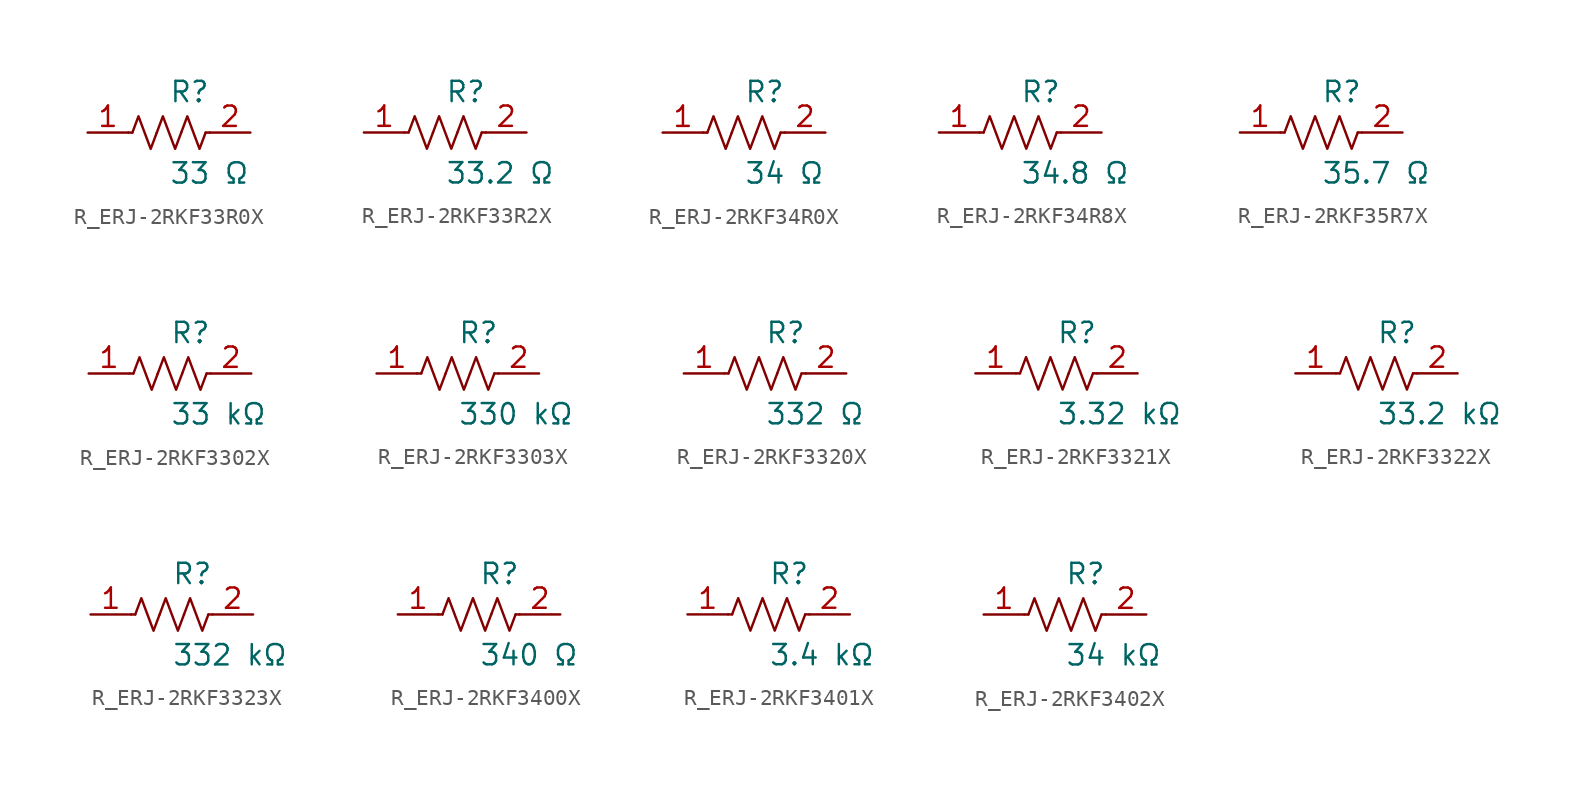
<source format=kicad_sym>
(kicad_symbol_lib
  (version 20231120)
  (generator kicad_symbol_editor)
  (generator_version 8.0)
  (symbol "R_ERJ-2RKF33R0X"
    (pin_names
      (offset 0.254))
    (property "Reference" "R"
      (at 0 2.54 0)
      (effects (font (size 1.27 1.27)) (justify left)))
    (property "Value" "33 Ω"
      (at 0 -2.54 0)
      (effects (font (size 1.27 1.27)) (justify left)))
    (symbol "R_ERJ-2RKF33R0X_0_1"
      (polyline (pts (xy 2.286 0) (xy 2.54 0)) (stroke (width 0) (type default)) (fill (type none)))
      (polyline (pts (xy -2.286 0) (xy -2.54 0)) (stroke (width 0) (type default)) (fill (type none)))
      (polyline (pts (xy 0.762 0) (xy 1.143 1.016) (xy 1.524 0) (xy 1.905 -1.016) (xy 2.286 0)) (stroke (width 0) (type default)) (fill (type none)))
      (polyline (pts (xy -0.762 0) (xy -0.381 1.016) (xy 0 0) (xy 0.381 -1.016) (xy 0.762 0)) (stroke (width 0) (type default)) (fill (type none)))
      (polyline (pts (xy -2.286 0) (xy -1.905 1.016) (xy -1.524 0) (xy -1.143 -1.016) (xy -0.762 0)) (stroke (width 0) (type default)) (fill (type none))))
    (pin passive line
      (at -5.08 0 0)
      (length 2.54)
      (name "" (effects (font (size 1.27 1.27))))
      (number "1" (effects (font (size 1.27 1.27)))))
    (pin passive line
      (at 5.08 0 180)
      (length 2.54)
      (name "" (effects (font (size 1.27 1.27))))
      (number "2" (effects (font (size 1.27 1.27))))))
  (symbol "R_ERJ-2RKF33R2X"
    (pin_names
      (offset 0.254))
    (property "Reference" "R"
      (at 0 2.54 0)
      (effects (font (size 1.27 1.27)) (justify left)))
    (property "Value" "33.2 Ω"
      (at 0 -2.54 0)
      (effects (font (size 1.27 1.27)) (justify left)))
    (symbol "R_ERJ-2RKF33R2X_0_1"
      (polyline (pts (xy 2.286 0) (xy 2.54 0)) (stroke (width 0) (type default)) (fill (type none)))
      (polyline (pts (xy -2.286 0) (xy -2.54 0)) (stroke (width 0) (type default)) (fill (type none)))
      (polyline (pts (xy 0.762 0) (xy 1.143 1.016) (xy 1.524 0) (xy 1.905 -1.016) (xy 2.286 0)) (stroke (width 0) (type default)) (fill (type none)))
      (polyline (pts (xy -0.762 0) (xy -0.381 1.016) (xy 0 0) (xy 0.381 -1.016) (xy 0.762 0)) (stroke (width 0) (type default)) (fill (type none)))
      (polyline (pts (xy -2.286 0) (xy -1.905 1.016) (xy -1.524 0) (xy -1.143 -1.016) (xy -0.762 0)) (stroke (width 0) (type default)) (fill (type none))))
    (pin passive line
      (at -5.08 0 0)
      (length 2.54)
      (name "" (effects (font (size 1.27 1.27))))
      (number "1" (effects (font (size 1.27 1.27)))))
    (pin passive line
      (at 5.08 0 180)
      (length 2.54)
      (name "" (effects (font (size 1.27 1.27))))
      (number "2" (effects (font (size 1.27 1.27))))))
  (symbol "R_ERJ-2RKF34R0X"
    (pin_names
      (offset 0.254))
    (property "Reference" "R"
      (at 0 2.54 0)
      (effects (font (size 1.27 1.27)) (justify left)))
    (property "Value" "34 Ω"
      (at 0 -2.54 0)
      (effects (font (size 1.27 1.27)) (justify left)))
    (symbol "R_ERJ-2RKF34R0X_0_1"
      (polyline (pts (xy 2.286 0) (xy 2.54 0)) (stroke (width 0) (type default)) (fill (type none)))
      (polyline (pts (xy -2.286 0) (xy -2.54 0)) (stroke (width 0) (type default)) (fill (type none)))
      (polyline (pts (xy 0.762 0) (xy 1.143 1.016) (xy 1.524 0) (xy 1.905 -1.016) (xy 2.286 0)) (stroke (width 0) (type default)) (fill (type none)))
      (polyline (pts (xy -0.762 0) (xy -0.381 1.016) (xy 0 0) (xy 0.381 -1.016) (xy 0.762 0)) (stroke (width 0) (type default)) (fill (type none)))
      (polyline (pts (xy -2.286 0) (xy -1.905 1.016) (xy -1.524 0) (xy -1.143 -1.016) (xy -0.762 0)) (stroke (width 0) (type default)) (fill (type none))))
    (pin passive line
      (at -5.08 0 0)
      (length 2.54)
      (name "" (effects (font (size 1.27 1.27))))
      (number "1" (effects (font (size 1.27 1.27)))))
    (pin passive line
      (at 5.08 0 180)
      (length 2.54)
      (name "" (effects (font (size 1.27 1.27))))
      (number "2" (effects (font (size 1.27 1.27))))))
  (symbol "R_ERJ-2RKF34R8X"
    (pin_names
      (offset 0.254))
    (property "Reference" "R"
      (at 0 2.54 0)
      (effects (font (size 1.27 1.27)) (justify left)))
    (property "Value" "34.8 Ω"
      (at 0 -2.54 0)
      (effects (font (size 1.27 1.27)) (justify left)))
    (symbol "R_ERJ-2RKF34R8X_0_1"
      (polyline (pts (xy 2.286 0) (xy 2.54 0)) (stroke (width 0) (type default)) (fill (type none)))
      (polyline (pts (xy -2.286 0) (xy -2.54 0)) (stroke (width 0) (type default)) (fill (type none)))
      (polyline (pts (xy 0.762 0) (xy 1.143 1.016) (xy 1.524 0) (xy 1.905 -1.016) (xy 2.286 0)) (stroke (width 0) (type default)) (fill (type none)))
      (polyline (pts (xy -0.762 0) (xy -0.381 1.016) (xy 0 0) (xy 0.381 -1.016) (xy 0.762 0)) (stroke (width 0) (type default)) (fill (type none)))
      (polyline (pts (xy -2.286 0) (xy -1.905 1.016) (xy -1.524 0) (xy -1.143 -1.016) (xy -0.762 0)) (stroke (width 0) (type default)) (fill (type none))))
    (pin passive line
      (at -5.08 0 0)
      (length 2.54)
      (name "" (effects (font (size 1.27 1.27))))
      (number "1" (effects (font (size 1.27 1.27)))))
    (pin passive line
      (at 5.08 0 180)
      (length 2.54)
      (name "" (effects (font (size 1.27 1.27))))
      (number "2" (effects (font (size 1.27 1.27))))))
  (symbol "R_ERJ-2RKF35R7X"
    (pin_names
      (offset 0.254))
    (property "Reference" "R"
      (at 0 2.54 0)
      (effects (font (size 1.27 1.27)) (justify left)))
    (property "Value" "35.7 Ω"
      (at 0 -2.54 0)
      (effects (font (size 1.27 1.27)) (justify left)))
    (symbol "R_ERJ-2RKF35R7X_0_1"
      (polyline (pts (xy 2.286 0) (xy 2.54 0)) (stroke (width 0) (type default)) (fill (type none)))
      (polyline (pts (xy -2.286 0) (xy -2.54 0)) (stroke (width 0) (type default)) (fill (type none)))
      (polyline (pts (xy 0.762 0) (xy 1.143 1.016) (xy 1.524 0) (xy 1.905 -1.016) (xy 2.286 0)) (stroke (width 0) (type default)) (fill (type none)))
      (polyline (pts (xy -0.762 0) (xy -0.381 1.016) (xy 0 0) (xy 0.381 -1.016) (xy 0.762 0)) (stroke (width 0) (type default)) (fill (type none)))
      (polyline (pts (xy -2.286 0) (xy -1.905 1.016) (xy -1.524 0) (xy -1.143 -1.016) (xy -0.762 0)) (stroke (width 0) (type default)) (fill (type none))))
    (pin passive line
      (at -5.08 0 0)
      (length 2.54)
      (name "" (effects (font (size 1.27 1.27))))
      (number "1" (effects (font (size 1.27 1.27)))))
    (pin passive line
      (at 5.08 0 180)
      (length 2.54)
      (name "" (effects (font (size 1.27 1.27))))
      (number "2" (effects (font (size 1.27 1.27))))))
  (symbol "R_ERJ-2RKF3302X"
    (pin_names
      (offset 0.254))
    (property "Reference" "R"
      (at 0 2.54 0)
      (effects (font (size 1.27 1.27)) (justify left)))
    (property "Value" "33 kΩ"
      (at 0 -2.54 0)
      (effects (font (size 1.27 1.27)) (justify left)))
    (symbol "R_ERJ-2RKF3302X_0_1"
      (polyline (pts (xy 2.286 0) (xy 2.54 0)) (stroke (width 0) (type default)) (fill (type none)))
      (polyline (pts (xy -2.286 0) (xy -2.54 0)) (stroke (width 0) (type default)) (fill (type none)))
      (polyline (pts (xy 0.762 0) (xy 1.143 1.016) (xy 1.524 0) (xy 1.905 -1.016) (xy 2.286 0)) (stroke (width 0) (type default)) (fill (type none)))
      (polyline (pts (xy -0.762 0) (xy -0.381 1.016) (xy 0 0) (xy 0.381 -1.016) (xy 0.762 0)) (stroke (width 0) (type default)) (fill (type none)))
      (polyline (pts (xy -2.286 0) (xy -1.905 1.016) (xy -1.524 0) (xy -1.143 -1.016) (xy -0.762 0)) (stroke (width 0) (type default)) (fill (type none))))
    (pin passive line
      (at -5.08 0 0)
      (length 2.54)
      (name "" (effects (font (size 1.27 1.27))))
      (number "1" (effects (font (size 1.27 1.27)))))
    (pin passive line
      (at 5.08 0 180)
      (length 2.54)
      (name "" (effects (font (size 1.27 1.27))))
      (number "2" (effects (font (size 1.27 1.27))))))
  (symbol "R_ERJ-2RKF3303X"
    (pin_names
      (offset 0.254))
    (property "Reference" "R"
      (at 0 2.54 0)
      (effects (font (size 1.27 1.27)) (justify left)))
    (property "Value" "330 kΩ"
      (at 0 -2.54 0)
      (effects (font (size 1.27 1.27)) (justify left)))
    (symbol "R_ERJ-2RKF3303X_0_1"
      (polyline (pts (xy 2.286 0) (xy 2.54 0)) (stroke (width 0) (type default)) (fill (type none)))
      (polyline (pts (xy -2.286 0) (xy -2.54 0)) (stroke (width 0) (type default)) (fill (type none)))
      (polyline (pts (xy 0.762 0) (xy 1.143 1.016) (xy 1.524 0) (xy 1.905 -1.016) (xy 2.286 0)) (stroke (width 0) (type default)) (fill (type none)))
      (polyline (pts (xy -0.762 0) (xy -0.381 1.016) (xy 0 0) (xy 0.381 -1.016) (xy 0.762 0)) (stroke (width 0) (type default)) (fill (type none)))
      (polyline (pts (xy -2.286 0) (xy -1.905 1.016) (xy -1.524 0) (xy -1.143 -1.016) (xy -0.762 0)) (stroke (width 0) (type default)) (fill (type none))))
    (pin passive line
      (at -5.08 0 0)
      (length 2.54)
      (name "" (effects (font (size 1.27 1.27))))
      (number "1" (effects (font (size 1.27 1.27)))))
    (pin passive line
      (at 5.08 0 180)
      (length 2.54)
      (name "" (effects (font (size 1.27 1.27))))
      (number "2" (effects (font (size 1.27 1.27))))))
  (symbol "R_ERJ-2RKF3320X"
    (pin_names
      (offset 0.254))
    (property "Reference" "R"
      (at 0 2.54 0)
      (effects (font (size 1.27 1.27)) (justify left)))
    (property "Value" "332 Ω"
      (at 0 -2.54 0)
      (effects (font (size 1.27 1.27)) (justify left)))
    (symbol "R_ERJ-2RKF3320X_0_1"
      (polyline (pts (xy 2.286 0) (xy 2.54 0)) (stroke (width 0) (type default)) (fill (type none)))
      (polyline (pts (xy -2.286 0) (xy -2.54 0)) (stroke (width 0) (type default)) (fill (type none)))
      (polyline (pts (xy 0.762 0) (xy 1.143 1.016) (xy 1.524 0) (xy 1.905 -1.016) (xy 2.286 0)) (stroke (width 0) (type default)) (fill (type none)))
      (polyline (pts (xy -0.762 0) (xy -0.381 1.016) (xy 0 0) (xy 0.381 -1.016) (xy 0.762 0)) (stroke (width 0) (type default)) (fill (type none)))
      (polyline (pts (xy -2.286 0) (xy -1.905 1.016) (xy -1.524 0) (xy -1.143 -1.016) (xy -0.762 0)) (stroke (width 0) (type default)) (fill (type none))))
    (pin passive line
      (at -5.08 0 0)
      (length 2.54)
      (name "" (effects (font (size 1.27 1.27))))
      (number "1" (effects (font (size 1.27 1.27)))))
    (pin passive line
      (at 5.08 0 180)
      (length 2.54)
      (name "" (effects (font (size 1.27 1.27))))
      (number "2" (effects (font (size 1.27 1.27))))))
  (symbol "R_ERJ-2RKF3321X"
    (pin_names
      (offset 0.254))
    (property "Reference" "R"
      (at 0 2.54 0)
      (effects (font (size 1.27 1.27)) (justify left)))
    (property "Value" "3.32 kΩ"
      (at 0 -2.54 0)
      (effects (font (size 1.27 1.27)) (justify left)))
    (symbol "R_ERJ-2RKF3321X_0_1"
      (polyline (pts (xy 2.286 0) (xy 2.54 0)) (stroke (width 0) (type default)) (fill (type none)))
      (polyline (pts (xy -2.286 0) (xy -2.54 0)) (stroke (width 0) (type default)) (fill (type none)))
      (polyline (pts (xy 0.762 0) (xy 1.143 1.016) (xy 1.524 0) (xy 1.905 -1.016) (xy 2.286 0)) (stroke (width 0) (type default)) (fill (type none)))
      (polyline (pts (xy -0.762 0) (xy -0.381 1.016) (xy 0 0) (xy 0.381 -1.016) (xy 0.762 0)) (stroke (width 0) (type default)) (fill (type none)))
      (polyline (pts (xy -2.286 0) (xy -1.905 1.016) (xy -1.524 0) (xy -1.143 -1.016) (xy -0.762 0)) (stroke (width 0) (type default)) (fill (type none))))
    (pin passive line
      (at -5.08 0 0)
      (length 2.54)
      (name "" (effects (font (size 1.27 1.27))))
      (number "1" (effects (font (size 1.27 1.27)))))
    (pin passive line
      (at 5.08 0 180)
      (length 2.54)
      (name "" (effects (font (size 1.27 1.27))))
      (number "2" (effects (font (size 1.27 1.27))))))
  (symbol "R_ERJ-2RKF3322X"
    (pin_names
      (offset 0.254))
    (property "Reference" "R"
      (at 0 2.54 0)
      (effects (font (size 1.27 1.27)) (justify left)))
    (property "Value" "33.2 kΩ"
      (at 0 -2.54 0)
      (effects (font (size 1.27 1.27)) (justify left)))
    (symbol "R_ERJ-2RKF3322X_0_1"
      (polyline (pts (xy 2.286 0) (xy 2.54 0)) (stroke (width 0) (type default)) (fill (type none)))
      (polyline (pts (xy -2.286 0) (xy -2.54 0)) (stroke (width 0) (type default)) (fill (type none)))
      (polyline (pts (xy 0.762 0) (xy 1.143 1.016) (xy 1.524 0) (xy 1.905 -1.016) (xy 2.286 0)) (stroke (width 0) (type default)) (fill (type none)))
      (polyline (pts (xy -0.762 0) (xy -0.381 1.016) (xy 0 0) (xy 0.381 -1.016) (xy 0.762 0)) (stroke (width 0) (type default)) (fill (type none)))
      (polyline (pts (xy -2.286 0) (xy -1.905 1.016) (xy -1.524 0) (xy -1.143 -1.016) (xy -0.762 0)) (stroke (width 0) (type default)) (fill (type none))))
    (pin passive line
      (at -5.08 0 0)
      (length 2.54)
      (name "" (effects (font (size 1.27 1.27))))
      (number "1" (effects (font (size 1.27 1.27)))))
    (pin passive line
      (at 5.08 0 180)
      (length 2.54)
      (name "" (effects (font (size 1.27 1.27))))
      (number "2" (effects (font (size 1.27 1.27))))))
  (symbol "R_ERJ-2RKF3323X"
    (pin_names
      (offset 0.254))
    (property "Reference" "R"
      (at 0 2.54 0)
      (effects (font (size 1.27 1.27)) (justify left)))
    (property "Value" "332 kΩ"
      (at 0 -2.54 0)
      (effects (font (size 1.27 1.27)) (justify left)))
    (symbol "R_ERJ-2RKF3323X_0_1"
      (polyline (pts (xy 2.286 0) (xy 2.54 0)) (stroke (width 0) (type default)) (fill (type none)))
      (polyline (pts (xy -2.286 0) (xy -2.54 0)) (stroke (width 0) (type default)) (fill (type none)))
      (polyline (pts (xy 0.762 0) (xy 1.143 1.016) (xy 1.524 0) (xy 1.905 -1.016) (xy 2.286 0)) (stroke (width 0) (type default)) (fill (type none)))
      (polyline (pts (xy -0.762 0) (xy -0.381 1.016) (xy 0 0) (xy 0.381 -1.016) (xy 0.762 0)) (stroke (width 0) (type default)) (fill (type none)))
      (polyline (pts (xy -2.286 0) (xy -1.905 1.016) (xy -1.524 0) (xy -1.143 -1.016) (xy -0.762 0)) (stroke (width 0) (type default)) (fill (type none))))
    (pin passive line
      (at -5.08 0 0)
      (length 2.54)
      (name "" (effects (font (size 1.27 1.27))))
      (number "1" (effects (font (size 1.27 1.27)))))
    (pin passive line
      (at 5.08 0 180)
      (length 2.54)
      (name "" (effects (font (size 1.27 1.27))))
      (number "2" (effects (font (size 1.27 1.27))))))
  (symbol "R_ERJ-2RKF3400X"
    (pin_names
      (offset 0.254))
    (property "Reference" "R"
      (at 0 2.54 0)
      (effects (font (size 1.27 1.27)) (justify left)))
    (property "Value" "340 Ω"
      (at 0 -2.54 0)
      (effects (font (size 1.27 1.27)) (justify left)))
    (symbol "R_ERJ-2RKF3400X_0_1"
      (polyline (pts (xy 2.286 0) (xy 2.54 0)) (stroke (width 0) (type default)) (fill (type none)))
      (polyline (pts (xy -2.286 0) (xy -2.54 0)) (stroke (width 0) (type default)) (fill (type none)))
      (polyline (pts (xy 0.762 0) (xy 1.143 1.016) (xy 1.524 0) (xy 1.905 -1.016) (xy 2.286 0)) (stroke (width 0) (type default)) (fill (type none)))
      (polyline (pts (xy -0.762 0) (xy -0.381 1.016) (xy 0 0) (xy 0.381 -1.016) (xy 0.762 0)) (stroke (width 0) (type default)) (fill (type none)))
      (polyline (pts (xy -2.286 0) (xy -1.905 1.016) (xy -1.524 0) (xy -1.143 -1.016) (xy -0.762 0)) (stroke (width 0) (type default)) (fill (type none))))
    (pin passive line
      (at -5.08 0 0)
      (length 2.54)
      (name "" (effects (font (size 1.27 1.27))))
      (number "1" (effects (font (size 1.27 1.27)))))
    (pin passive line
      (at 5.08 0 180)
      (length 2.54)
      (name "" (effects (font (size 1.27 1.27))))
      (number "2" (effects (font (size 1.27 1.27))))))
  (symbol "R_ERJ-2RKF3401X"
    (pin_names
      (offset 0.254))
    (property "Reference" "R"
      (at 0 2.54 0)
      (effects (font (size 1.27 1.27)) (justify left)))
    (property "Value" "3.4 kΩ"
      (at 0 -2.54 0)
      (effects (font (size 1.27 1.27)) (justify left)))
    (symbol "R_ERJ-2RKF3401X_0_1"
      (polyline (pts (xy 2.286 0) (xy 2.54 0)) (stroke (width 0) (type default)) (fill (type none)))
      (polyline (pts (xy -2.286 0) (xy -2.54 0)) (stroke (width 0) (type default)) (fill (type none)))
      (polyline (pts (xy 0.762 0) (xy 1.143 1.016) (xy 1.524 0) (xy 1.905 -1.016) (xy 2.286 0)) (stroke (width 0) (type default)) (fill (type none)))
      (polyline (pts (xy -0.762 0) (xy -0.381 1.016) (xy 0 0) (xy 0.381 -1.016) (xy 0.762 0)) (stroke (width 0) (type default)) (fill (type none)))
      (polyline (pts (xy -2.286 0) (xy -1.905 1.016) (xy -1.524 0) (xy -1.143 -1.016) (xy -0.762 0)) (stroke (width 0) (type default)) (fill (type none))))
    (pin passive line
      (at -5.08 0 0)
      (length 2.54)
      (name "" (effects (font (size 1.27 1.27))))
      (number "1" (effects (font (size 1.27 1.27)))))
    (pin passive line
      (at 5.08 0 180)
      (length 2.54)
      (name "" (effects (font (size 1.27 1.27))))
      (number "2" (effects (font (size 1.27 1.27))))))
  (symbol "R_ERJ-2RKF3402X"
    (pin_names
      (offset 0.254))
    (property "Reference" "R"
      (at 0 2.54 0)
      (effects (font (size 1.27 1.27)) (justify left)))
    (property "Value" "34 kΩ"
      (at 0 -2.54 0)
      (effects (font (size 1.27 1.27)) (justify left)))
    (symbol "R_ERJ-2RKF3402X_0_1"
      (polyline (pts (xy 2.286 0) (xy 2.54 0)) (stroke (width 0) (type default)) (fill (type none)))
      (polyline (pts (xy -2.286 0) (xy -2.54 0)) (stroke (width 0) (type default)) (fill (type none)))
      (polyline (pts (xy 0.762 0) (xy 1.143 1.016) (xy 1.524 0) (xy 1.905 -1.016) (xy 2.286 0)) (stroke (width 0) (type default)) (fill (type none)))
      (polyline (pts (xy -0.762 0) (xy -0.381 1.016) (xy 0 0) (xy 0.381 -1.016) (xy 0.762 0)) (stroke (width 0) (type default)) (fill (type none)))
      (polyline (pts (xy -2.286 0) (xy -1.905 1.016) (xy -1.524 0) (xy -1.143 -1.016) (xy -0.762 0)) (stroke (width 0) (type default)) (fill (type none))))
    (pin passive line
      (at -5.08 0 0)
      (length 2.54)
      (name "" (effects (font (size 1.27 1.27))))
      (number "1" (effects (font (size 1.27 1.27)))))
    (pin passive line
      (at 5.08 0 180)
      (length 2.54)
      (name "" (effects (font (size 1.27 1.27))))
      (number "2" (effects (font (size 1.27 1.27)))))))
</source>
